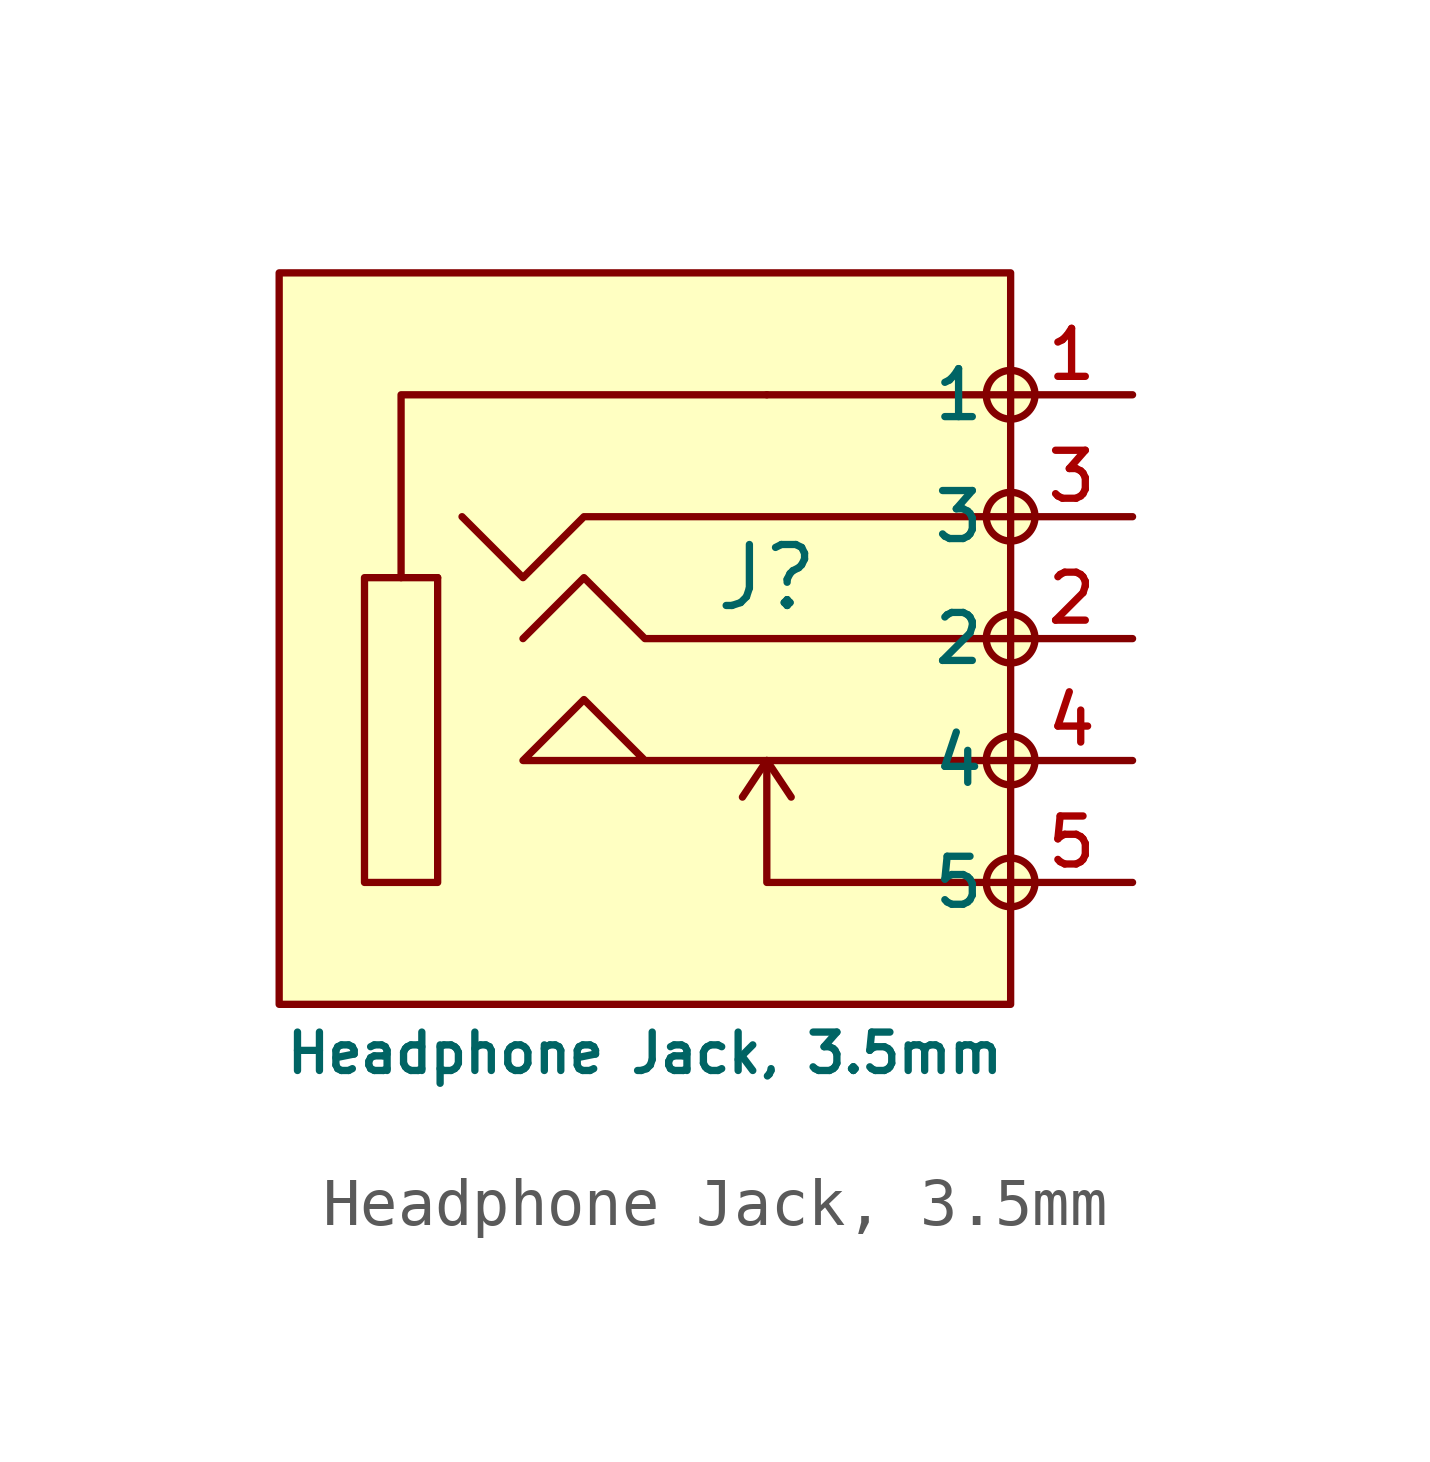
<source format=kicad_sym>
(kicad_symbol_lib
  (version 20231120)
  (generator "CDFER_Archive_Tool")
  (generator_version "0.0")
  (symbol "Headphone Jack, 3.5mm"
    (property "Reference" "J"
      (at 0 1.27 0)
      (effects (font (size 1.27 1.27))))
    (property "Value" "Headphone Jack, 3.5mm"
      (at -2.54 -8.636 0)
      (effects (font (size 0.8 0.8))))
    (symbol "Headphone Jack, 3.5mm_0_1"
      (polyline (pts (xy -7.62 1.27) (xy -6.858 1.27)) (stroke (width 0) (type default)) (fill (type none)))
      (polyline (pts (xy 0 -2.54) (xy -0.508 -3.302)) (stroke (width 0) (type default)) (fill (type none)))
      (polyline (pts (xy 0 -2.54) (xy 0.508 -3.302)) (stroke (width 0) (type default)) (fill (type none)))
      (polyline (pts (xy 5.08 5.08) (xy 0 5.08)) (stroke (width 0) (type default)) (fill (type none)))
      (polyline (pts (xy 5.08 -5.08) (xy 0 -5.08) (xy 0 -2.54)) (stroke (width 0) (type default)) (fill (type none)))
      (polyline (pts (xy 5.08 0) (xy -2.54 0) (xy -3.81 1.27) (xy -5.08 0)) (stroke (width 0) (type default)) (fill (type none)))
      (polyline (pts (xy 5.08 2.54) (xy -3.81 2.54) (xy -5.08 1.27) (xy -6.35 2.54)) (stroke (width 0) (type default)) (fill (type none)))
      (polyline (pts (xy 5.08 -2.54) (xy -2.54 -2.54) (xy -3.81 -1.27) (xy -5.08 -2.54) (xy -2.54 -2.54)) (stroke (width 0) (type default)) (fill (type none)))
      (polyline (pts (xy 0 5.08) (xy -7.62 5.08) (xy -7.62 1.27) (xy -8.382 1.27) (xy -8.382 -5.08) (xy -6.858 -5.08) (xy -6.858 1.27)) (stroke (width 0) (type default)) (fill (type none)))
      (circle (center 5.08 -5.08) (radius 0.508) (stroke (width 0) (type default)) (fill (type background)))
      (circle (center 5.08 -2.54) (radius 0.508) (stroke (width 0) (type default)) (fill (type background)))
      (circle (center 5.08 0) (radius 0.508) (stroke (width 0) (type default)) (fill (type background)))
      (circle (center 5.08 2.54) (radius 0.508) (stroke (width 0) (type default)) (fill (type background)))
      (circle (center 5.08 5.08) (radius 0.508) (stroke (width 0) (type default)) (fill (type background)))
      (pin input line (at 7.62 5.08 180) (length 2.54) (name "1" (effects (font (size 1 1)))) (number "1" (effects (font (size 1 1)))))
      (pin input line (at 7.62 0 180) (length 2.54) (name "2" (effects (font (size 1 1)))) (number "2" (effects (font (size 1 1)))))
      (pin input line (at 7.62 2.54 180) (length 2.54) (name "3" (effects (font (size 1 1)))) (number "3" (effects (font (size 1 1)))))
      (pin input line (at 7.62 -2.54 180) (length 2.54) (name "4" (effects (font (size 1 1)))) (number "4" (effects (font (size 1 1)))))
      (pin input line (at 7.62 -5.08 180) (length 2.54) (name "5" (effects (font (size 1 1)))) (number "5" (effects (font (size 1 1))))))
    (symbol "Headphone Jack, 3.5mm_1_1"
      (rectangle (start -10.16 7.62) (end 5.08 -7.62) (stroke (width 0) (type default)) (fill (type background))))))
</source>
